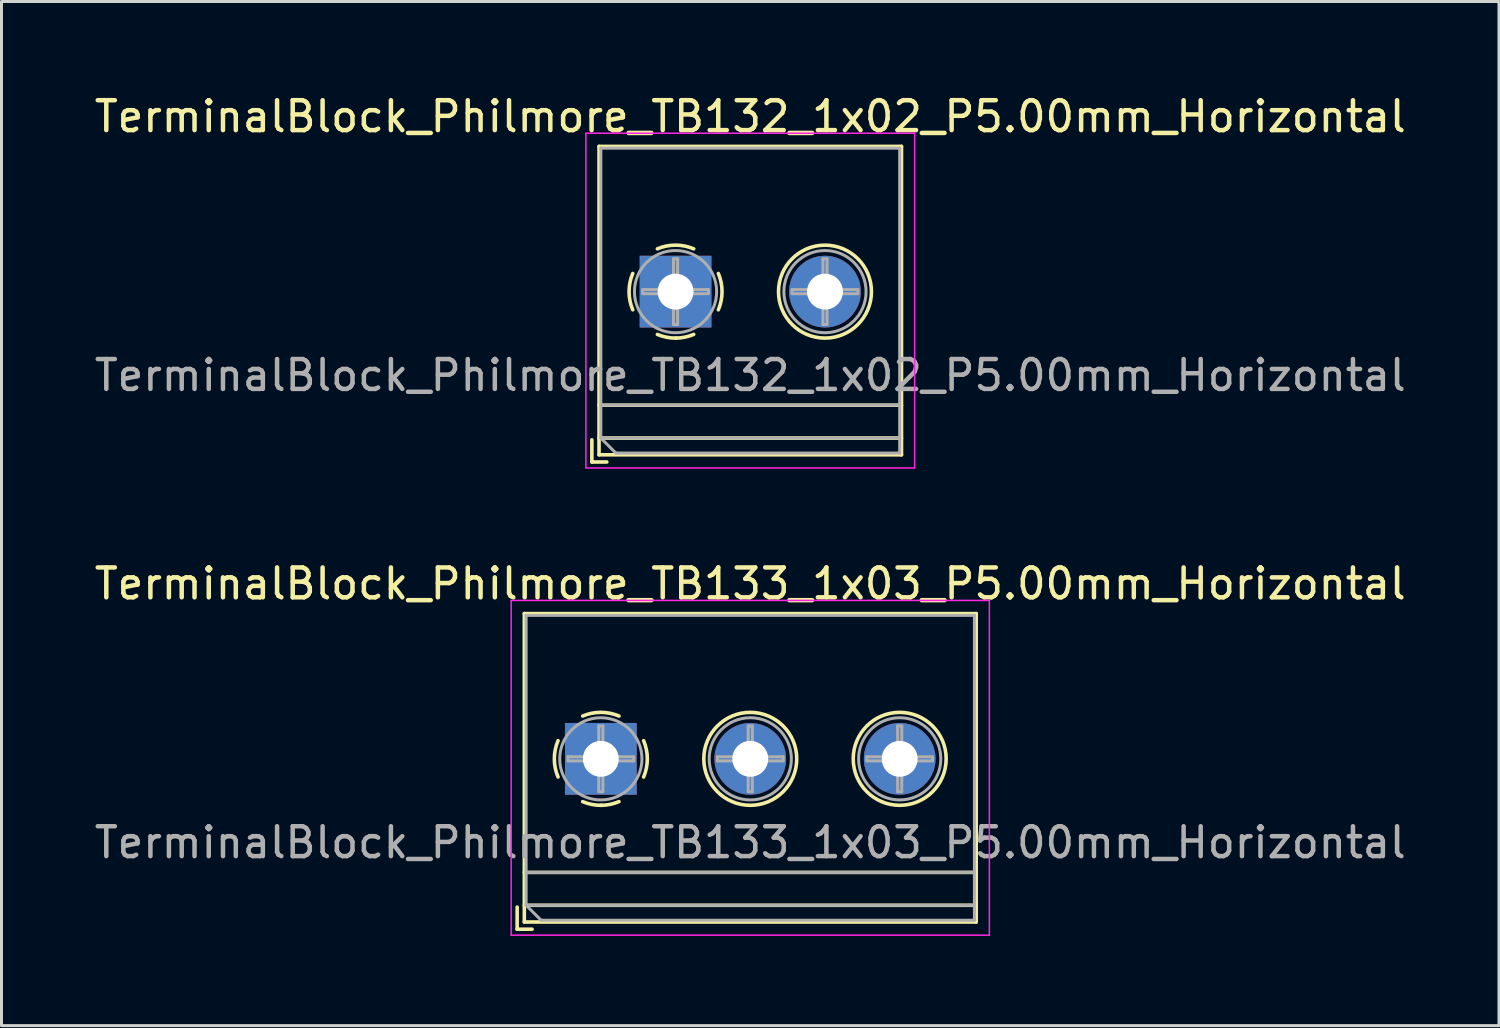
<source format=kicad_pcb>
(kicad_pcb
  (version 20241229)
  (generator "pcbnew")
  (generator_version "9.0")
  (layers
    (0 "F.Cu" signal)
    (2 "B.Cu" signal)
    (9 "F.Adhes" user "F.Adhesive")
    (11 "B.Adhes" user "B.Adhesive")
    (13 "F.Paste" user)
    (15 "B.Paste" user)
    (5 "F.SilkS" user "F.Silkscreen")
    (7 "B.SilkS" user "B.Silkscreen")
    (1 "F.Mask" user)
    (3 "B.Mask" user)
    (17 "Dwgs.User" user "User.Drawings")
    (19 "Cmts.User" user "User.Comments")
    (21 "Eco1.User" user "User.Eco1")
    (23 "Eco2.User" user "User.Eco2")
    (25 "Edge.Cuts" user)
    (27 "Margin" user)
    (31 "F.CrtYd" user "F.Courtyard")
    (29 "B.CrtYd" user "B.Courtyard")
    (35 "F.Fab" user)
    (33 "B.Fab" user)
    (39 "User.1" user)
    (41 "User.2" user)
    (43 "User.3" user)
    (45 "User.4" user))
  (footprint "TerminalBlock_Philmore_TB132_1x02_P5.00mm_Horizontal"
    (layer "F.Cu")
    (at 19.554 6.708)
    (property "Reference" "TerminalBlock_Philmore_TB132_1x02_P5.00mm_Horizontal" (at 2.5 -5.86 0) (layer "F.SilkS") (effects (font (size 1 1) (thickness 0.15))))
    (attr through_hole)
    (fp_line (start -2.8 4.96) (end -2.8 5.7) (stroke (width 0.12) (type solid)) (layer "F.SilkS"))
    (fp_line (start -2.8 5.7) (end -2.3 5.7) (stroke (width 0.12) (type solid)) (layer "F.SilkS"))
    (fp_line (start -2.56 -4.86) (end -2.56 5.46) (stroke (width 0.12) (type solid)) (layer "F.SilkS"))
    (fp_line (start -2.56 -4.86) (end 7.56 -4.86) (stroke (width 0.12) (type solid)) (layer "F.SilkS"))
    (fp_line (start -2.56 3.8) (end 7.56 3.8) (stroke (width 0.12) (type solid)) (layer "F.SilkS"))
    (fp_line (start -2.56 4.9) (end 7.56 4.9) (stroke (width 0.12) (type solid)) (layer "F.SilkS"))
    (fp_line (start -2.56 5.46) (end 7.56 5.46) (stroke (width 0.12) (type solid)) (layer "F.SilkS"))
    (fp_line (start 7.56 -4.86) (end 7.56 5.46) (stroke (width 0.12) (type solid)) (layer "F.SilkS"))
    (fp_arc (start -1.432109 0.607742) (mid -1.555727 -0.00014) (end -1.432 -0.608) (stroke (width 0.12) (type solid)) (layer "F.SilkS"))
    (fp_arc (start -0.607742 -1.432109) (mid 0.00014 -1.555727) (end 0.608 -1.432) (stroke (width 0.12) (type solid)) (layer "F.SilkS"))
    (fp_arc (start 0.027011 1.555493) (mid -0.296984 1.527118) (end -0.608 1.432) (stroke (width 0.12) (type solid)) (layer "F.SilkS"))
    (fp_arc (start 0.607587 1.431385) (mid 0.310017 1.523783) (end 0 1.555) (stroke (width 0.12) (type solid)) (layer "F.SilkS"))
    (fp_arc (start 1.432109 -0.607742) (mid 1.555727 0.00014) (end 1.432 0.608) (stroke (width 0.12) (type solid)) (layer "F.SilkS"))
    (fp_circle (center 5 0) (end 6.555 0) (stroke (width 0.12) (type solid)) (fill no) (layer "F.SilkS"))
    (fp_line (start -3 -5.3) (end -3 5.9) (stroke (width 0.05) (type solid)) (layer "F.CrtYd"))
    (fp_line (start -3 5.9) (end 8 5.9) (stroke (width 0.05) (type solid)) (layer "F.CrtYd"))
    (fp_line (start 8 -5.3) (end -3 -5.3) (stroke (width 0.05) (type solid)) (layer "F.CrtYd"))
    (fp_line (start 8 5.9) (end 8 -5.3) (stroke (width 0.05) (type solid)) (layer "F.CrtYd"))
    (fp_line (start -2.5 -4.8) (end 7.5 -4.8) (stroke (width 0.1) (type solid)) (layer "F.Fab"))
    (fp_line (start -2.5 3.8) (end 7.5 3.8) (stroke (width 0.1) (type solid)) (layer "F.Fab"))
    (fp_line (start -2.5 4.9) (end -2.5 -4.8) (stroke (width 0.1) (type solid)) (layer "F.Fab"))
    (fp_line (start -2.5 4.9) (end 7.5 4.9) (stroke (width 0.1) (type solid)) (layer "F.Fab"))
    (fp_line (start -2 5.4) (end -2.5 4.9) (stroke (width 0.1) (type solid)) (layer "F.Fab"))
    (fp_line (start -1.1 -0.069) (end -0.069 -0.069) (stroke (width 0.1) (type solid)) (layer "F.Fab"))
    (fp_line (start -1.1 0.069) (end -1.1 -0.069) (stroke (width 0.1) (type solid)) (layer "F.Fab"))
    (fp_line (start -0.069 -1.1) (end 0.069 -1.1) (stroke (width 0.1) (type solid)) (layer "F.Fab"))
    (fp_line (start -0.069 -0.069) (end -0.069 -1.1) (stroke (width 0.1) (type solid)) (layer "F.Fab"))
    (fp_line (start -0.069 0.069) (end -1.1 0.069) (stroke (width 0.1) (type solid)) (layer "F.Fab"))
    (fp_line (start -0.069 1.1) (end -0.069 0.069) (stroke (width 0.1) (type solid)) (layer "F.Fab"))
    (fp_line (start 0.069 -1.1) (end 0.069 -0.069) (stroke (width 0.1) (type solid)) (layer "F.Fab"))
    (fp_line (start 0.069 -0.069) (end 1.1 -0.069) (stroke (width 0.1) (type solid)) (layer "F.Fab"))
    (fp_line (start 0.069 0.069) (end 0.069 1.1) (stroke (width 0.1) (type solid)) (layer "F.Fab"))
    (fp_line (start 0.069 1.1) (end -0.069 1.1) (stroke (width 0.1) (type solid)) (layer "F.Fab"))
    (fp_line (start 1.1 -0.069) (end 1.1 0.069) (stroke (width 0.1) (type solid)) (layer "F.Fab"))
    (fp_line (start 1.1 0.069) (end 0.069 0.069) (stroke (width 0.1) (type solid)) (layer "F.Fab"))
    (fp_line (start 3.9 -0.069) (end 4.931 -0.069) (stroke (width 0.1) (type solid)) (layer "F.Fab"))
    (fp_line (start 3.9 0.069) (end 3.9 -0.069) (stroke (width 0.1) (type solid)) (layer "F.Fab"))
    (fp_line (start 4.931 -1.1) (end 5.069 -1.1) (stroke (width 0.1) (type solid)) (layer "F.Fab"))
    (fp_line (start 4.931 -0.069) (end 4.931 -1.1) (stroke (width 0.1) (type solid)) (layer "F.Fab"))
    (fp_line (start 4.931 0.069) (end 3.9 0.069) (stroke (width 0.1) (type solid)) (layer "F.Fab"))
    (fp_line (start 4.931 1.1) (end 4.931 0.069) (stroke (width 0.1) (type solid)) (layer "F.Fab"))
    (fp_line (start 5.069 -1.1) (end 5.069 -0.069) (stroke (width 0.1) (type solid)) (layer "F.Fab"))
    (fp_line (start 5.069 -0.069) (end 6.1 -0.069) (stroke (width 0.1) (type solid)) (layer "F.Fab"))
    (fp_line (start 5.069 0.069) (end 5.069 1.1) (stroke (width 0.1) (type solid)) (layer "F.Fab"))
    (fp_line (start 5.069 1.1) (end 4.931 1.1) (stroke (width 0.1) (type solid)) (layer "F.Fab"))
    (fp_line (start 6.1 -0.069) (end 6.1 0.069) (stroke (width 0.1) (type solid)) (layer "F.Fab"))
    (fp_line (start 6.1 0.069) (end 5.069 0.069) (stroke (width 0.1) (type solid)) (layer "F.Fab"))
    (fp_line (start 7.5 -4.8) (end 7.5 5.4) (stroke (width 0.1) (type solid)) (layer "F.Fab"))
    (fp_line (start 7.5 5.4) (end -2 5.4) (stroke (width 0.1) (type solid)) (layer "F.Fab"))
    (fp_circle (center 0 0) (end 1.375 0) (stroke (width 0.1) (type solid)) (fill no) (layer "F.Fab"))
    (fp_circle (center 5 0) (end 6.375 0) (stroke (width 0.1) (type solid)) (fill no) (layer "F.Fab"))
    (fp_text user "${REFERENCE}" (at 2.5 2.8 0) (layer "F.Fab") (effects (font (size 1 1) (thickness 0.15))))
    (pad "1" thru_hole rect (at 0 0) (size 2.4 2.4) (drill 1.2) (layers "*.Cu" "*.Mask"))
    (pad "2" thru_hole circle (at 5 0) (size 2.4 2.4) (drill 1.2) (layers "*.Cu" "*.Mask")))
  (footprint "TerminalBlock_Philmore_TB133_1x03_P5.00mm_Horizontal"
    (layer "F.Cu")
    (at 17.054 22.341)
    (property "Reference" "TerminalBlock_Philmore_TB133_1x03_P5.00mm_Horizontal" (at 5 -5.86 0) (layer "F.SilkS") (effects (font (size 1 1) (thickness 0.15))))
    (attr through_hole)
    (fp_line (start -2.8 4.96) (end -2.8 5.7) (stroke (width 0.12) (type solid)) (layer "F.SilkS"))
    (fp_line (start -2.8 5.7) (end -2.3 5.7) (stroke (width 0.12) (type solid)) (layer "F.SilkS"))
    (fp_line (start -2.56 -4.86) (end -2.56 5.46) (stroke (width 0.12) (type solid)) (layer "F.SilkS"))
    (fp_line (start -2.56 -4.86) (end 12.56 -4.86) (stroke (width 0.12) (type solid)) (layer "F.SilkS"))
    (fp_line (start -2.56 3.8) (end 12.56 3.8) (stroke (width 0.12) (type solid)) (layer "F.SilkS"))
    (fp_line (start -2.56 4.9) (end 12.56 4.9) (stroke (width 0.12) (type solid)) (layer "F.SilkS"))
    (fp_line (start -2.56 5.46) (end 12.56 5.46) (stroke (width 0.12) (type solid)) (layer "F.SilkS"))
    (fp_line (start 12.56 -4.86) (end 12.56 5.46) (stroke (width 0.12) (type solid)) (layer "F.SilkS"))
    (fp_arc (start -1.432109 0.607742) (mid -1.555727 -0.00014) (end -1.432 -0.608) (stroke (width 0.12) (type solid)) (layer "F.SilkS"))
    (fp_arc (start -0.607742 -1.432109) (mid 0.00014 -1.555727) (end 0.608 -1.432) (stroke (width 0.12) (type solid)) (layer "F.SilkS"))
    (fp_arc (start 0.027011 1.555493) (mid -0.296984 1.527118) (end -0.608 1.432) (stroke (width 0.12) (type solid)) (layer "F.SilkS"))
    (fp_arc (start 0.607587 1.431385) (mid 0.310017 1.523783) (end 0 1.555) (stroke (width 0.12) (type solid)) (layer "F.SilkS"))
    (fp_arc (start 1.432109 -0.607742) (mid 1.555727 0.00014) (end 1.432 0.608) (stroke (width 0.12) (type solid)) (layer "F.SilkS"))
    (fp_circle (center 5 0) (end 6.555 0) (stroke (width 0.12) (type solid)) (fill no) (layer "F.SilkS"))
    (fp_circle (center 10 0) (end 11.555 0) (stroke (width 0.12) (type solid)) (fill no) (layer "F.SilkS"))
    (fp_line (start -3 -5.3) (end -3 5.9) (stroke (width 0.05) (type solid)) (layer "F.CrtYd"))
    (fp_line (start -3 5.9) (end 13 5.9) (stroke (width 0.05) (type solid)) (layer "F.CrtYd"))
    (fp_line (start 13 -5.3) (end -3 -5.3) (stroke (width 0.05) (type solid)) (layer "F.CrtYd"))
    (fp_line (start 13 5.9) (end 13 -5.3) (stroke (width 0.05) (type solid)) (layer "F.CrtYd"))
    (fp_line (start -2.5 -4.8) (end 12.5 -4.8) (stroke (width 0.1) (type solid)) (layer "F.Fab"))
    (fp_line (start -2.5 3.8) (end 12.5 3.8) (stroke (width 0.1) (type solid)) (layer "F.Fab"))
    (fp_line (start -2.5 4.9) (end -2.5 -4.8) (stroke (width 0.1) (type solid)) (layer "F.Fab"))
    (fp_line (start -2.5 4.9) (end 12.5 4.9) (stroke (width 0.1) (type solid)) (layer "F.Fab"))
    (fp_line (start -2 5.4) (end -2.5 4.9) (stroke (width 0.1) (type solid)) (layer "F.Fab"))
    (fp_line (start -1.1 -0.069) (end -0.069 -0.069) (stroke (width 0.1) (type solid)) (layer "F.Fab"))
    (fp_line (start -1.1 0.069) (end -1.1 -0.069) (stroke (width 0.1) (type solid)) (layer "F.Fab"))
    (fp_line (start -0.069 -1.1) (end 0.069 -1.1) (stroke (width 0.1) (type solid)) (layer "F.Fab"))
    (fp_line (start -0.069 -0.069) (end -0.069 -1.1) (stroke (width 0.1) (type solid)) (layer "F.Fab"))
    (fp_line (start -0.069 0.069) (end -1.1 0.069) (stroke (width 0.1) (type solid)) (layer "F.Fab"))
    (fp_line (start -0.069 1.1) (end -0.069 0.069) (stroke (width 0.1) (type solid)) (layer "F.Fab"))
    (fp_line (start 0.069 -1.1) (end 0.069 -0.069) (stroke (width 0.1) (type solid)) (layer "F.Fab"))
    (fp_line (start 0.069 -0.069) (end 1.1 -0.069) (stroke (width 0.1) (type solid)) (layer "F.Fab"))
    (fp_line (start 0.069 0.069) (end 0.069 1.1) (stroke (width 0.1) (type solid)) (layer "F.Fab"))
    (fp_line (start 0.069 1.1) (end -0.069 1.1) (stroke (width 0.1) (type solid)) (layer "F.Fab"))
    (fp_line (start 1.1 -0.069) (end 1.1 0.069) (stroke (width 0.1) (type solid)) (layer "F.Fab"))
    (fp_line (start 1.1 0.069) (end 0.069 0.069) (stroke (width 0.1) (type solid)) (layer "F.Fab"))
    (fp_line (start 3.9 -0.069) (end 4.931 -0.069) (stroke (width 0.1) (type solid)) (layer "F.Fab"))
    (fp_line (start 3.9 0.069) (end 3.9 -0.069) (stroke (width 0.1) (type solid)) (layer "F.Fab"))
    (fp_line (start 4.931 -1.1) (end 5.069 -1.1) (stroke (width 0.1) (type solid)) (layer "F.Fab"))
    (fp_line (start 4.931 -0.069) (end 4.931 -1.1) (stroke (width 0.1) (type solid)) (layer "F.Fab"))
    (fp_line (start 4.931 0.069) (end 3.9 0.069) (stroke (width 0.1) (type solid)) (layer "F.Fab"))
    (fp_line (start 4.931 1.1) (end 4.931 0.069) (stroke (width 0.1) (type solid)) (layer "F.Fab"))
    (fp_line (start 5.069 -1.1) (end 5.069 -0.069) (stroke (width 0.1) (type solid)) (layer "F.Fab"))
    (fp_line (start 5.069 -0.069) (end 6.1 -0.069) (stroke (width 0.1) (type solid)) (layer "F.Fab"))
    (fp_line (start 5.069 0.069) (end 5.069 1.1) (stroke (width 0.1) (type solid)) (layer "F.Fab"))
    (fp_line (start 5.069 1.1) (end 4.931 1.1) (stroke (width 0.1) (type solid)) (layer "F.Fab"))
    (fp_line (start 6.1 -0.069) (end 6.1 0.069) (stroke (width 0.1) (type solid)) (layer "F.Fab"))
    (fp_line (start 6.1 0.069) (end 5.069 0.069) (stroke (width 0.1) (type solid)) (layer "F.Fab"))
    (fp_line (start 8.9 -0.069) (end 9.931 -0.069) (stroke (width 0.1) (type solid)) (layer "F.Fab"))
    (fp_line (start 8.9 0.069) (end 8.9 -0.069) (stroke (width 0.1) (type solid)) (layer "F.Fab"))
    (fp_line (start 9.931 -1.1) (end 10.069 -1.1) (stroke (width 0.1) (type solid)) (layer "F.Fab"))
    (fp_line (start 9.931 -0.069) (end 9.931 -1.1) (stroke (width 0.1) (type solid)) (layer "F.Fab"))
    (fp_line (start 9.931 0.069) (end 8.9 0.069) (stroke (width 0.1) (type solid)) (layer "F.Fab"))
    (fp_line (start 9.931 1.1) (end 9.931 0.069) (stroke (width 0.1) (type solid)) (layer "F.Fab"))
    (fp_line (start 10.069 -1.1) (end 10.069 -0.069) (stroke (width 0.1) (type solid)) (layer "F.Fab"))
    (fp_line (start 10.069 -0.069) (end 11.1 -0.069) (stroke (width 0.1) (type solid)) (layer "F.Fab"))
    (fp_line (start 10.069 0.069) (end 10.069 1.1) (stroke (width 0.1) (type solid)) (layer "F.Fab"))
    (fp_line (start 10.069 1.1) (end 9.931 1.1) (stroke (width 0.1) (type solid)) (layer "F.Fab"))
    (fp_line (start 11.1 -0.069) (end 11.1 0.069) (stroke (width 0.1) (type solid)) (layer "F.Fab"))
    (fp_line (start 11.1 0.069) (end 10.069 0.069) (stroke (width 0.1) (type solid)) (layer "F.Fab"))
    (fp_line (start 12.5 -4.8) (end 12.5 5.4) (stroke (width 0.1) (type solid)) (layer "F.Fab"))
    (fp_line (start 12.5 5.4) (end -2 5.4) (stroke (width 0.1) (type solid)) (layer "F.Fab"))
    (fp_circle (center 0 0) (end 1.375 0) (stroke (width 0.1) (type solid)) (fill no) (layer "F.Fab"))
    (fp_circle (center 5 0) (end 6.375 0) (stroke (width 0.1) (type solid)) (fill no) (layer "F.Fab"))
    (fp_circle (center 10 0) (end 11.375 0) (stroke (width 0.1) (type solid)) (fill no) (layer "F.Fab"))
    (fp_text user "${REFERENCE}" (at 5 2.8 0) (layer "F.Fab") (effects (font (size 1 1) (thickness 0.15))))
    (pad "1" thru_hole rect (at 0 0) (size 2.4 2.4) (drill 1.2) (layers "*.Cu" "*.Mask"))
    (pad "2" thru_hole circle (at 5 0) (size 2.4 2.4) (drill 1.2) (layers "*.Cu" "*.Mask"))
    (pad "3" thru_hole circle (at 10 0) (size 2.4 2.4) (drill 1.2) (layers "*.Cu" "*.Mask")))
  (gr_rect
    (start -3 -3)
    (end 47.107 31.267)
    (stroke (width 0.1) (type default))
    (fill no)
    (layer "Edge.Cuts")))
</source>
